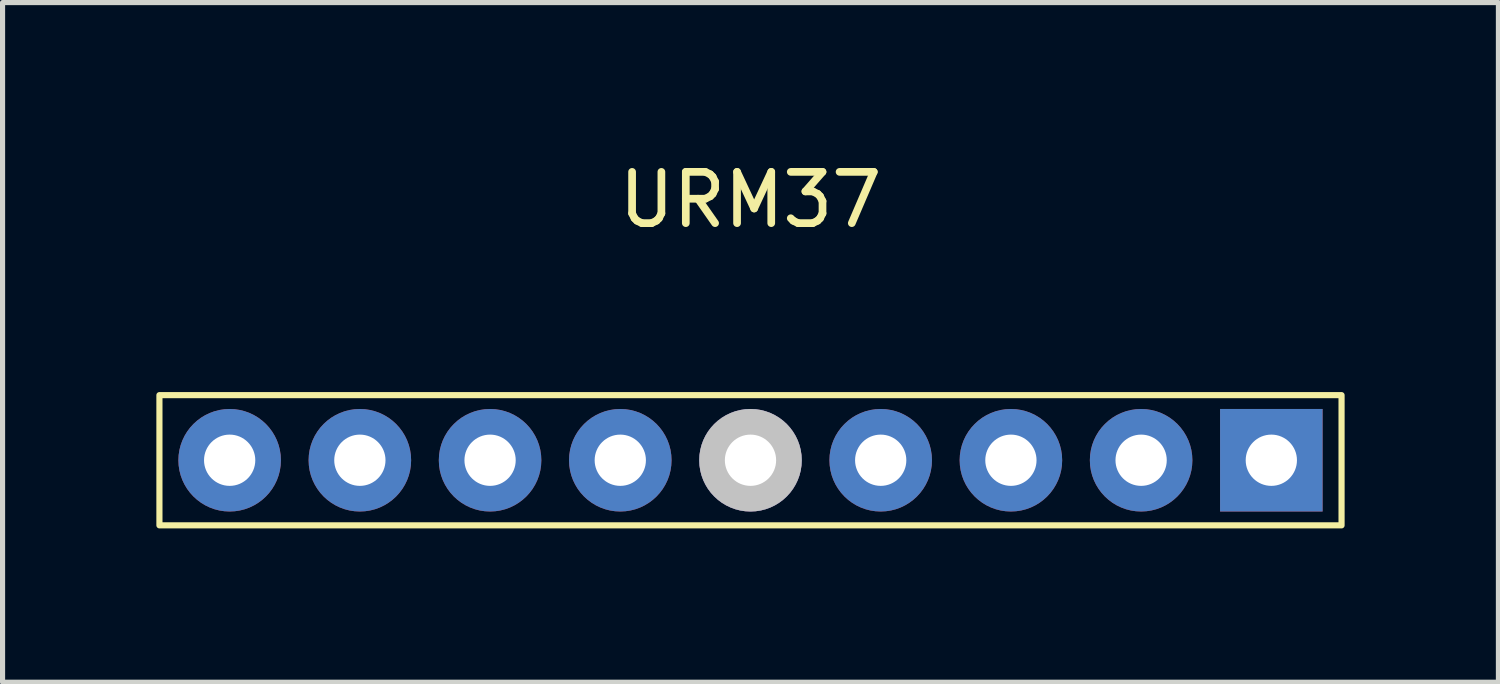
<source format=kicad_pcb>
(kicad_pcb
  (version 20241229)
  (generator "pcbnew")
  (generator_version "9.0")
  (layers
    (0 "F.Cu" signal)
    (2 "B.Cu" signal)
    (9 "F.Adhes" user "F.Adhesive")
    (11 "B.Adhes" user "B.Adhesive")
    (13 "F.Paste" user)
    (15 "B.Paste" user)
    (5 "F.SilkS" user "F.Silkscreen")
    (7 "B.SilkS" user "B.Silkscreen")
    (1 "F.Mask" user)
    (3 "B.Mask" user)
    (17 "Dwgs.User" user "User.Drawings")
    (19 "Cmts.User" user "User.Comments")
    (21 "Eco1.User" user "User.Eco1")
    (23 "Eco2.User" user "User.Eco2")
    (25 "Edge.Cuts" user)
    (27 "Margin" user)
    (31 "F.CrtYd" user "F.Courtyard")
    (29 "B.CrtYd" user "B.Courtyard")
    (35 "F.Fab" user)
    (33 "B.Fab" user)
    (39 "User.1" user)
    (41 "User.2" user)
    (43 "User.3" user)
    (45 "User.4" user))
  (footprint "URM37"
    (layer "F.Cu")
    (at 11.59 5.928)
    (property "Reference" "URM37" (at 0 -5.08 0) (unlocked yes) (layer "F.SilkS") (effects (font (size 1 1) (thickness 0.15))))
    (attr smd)
    (fp_rect (start 11.53 1.27) (end -11.53 -1.27) (stroke (width 0.12) (type solid)) (fill no) (layer "F.SilkS"))
    (pad "1" thru_hole rect (at 10.16 0) (size 2 2) (drill 1) (layers "*.Cu" "*.Mask"))
    (pad "2" thru_hole circle (at 7.62 0) (size 2 2) (drill 1) (layers "*.Cu" "*.Mask"))
    (pad "3" thru_hole circle (at 5.08 0) (size 2 2) (drill 1) (layers "*.Cu" "*.Mask"))
    (pad "4" thru_hole circle (at 2.54 0) (size 2 2) (drill 1) (layers "*.Cu" "*.Mask"))
    (pad "5" thru_hole circle (at 0 0) (size 2 2) (drill 1) (layers "*.Cu" "*.Mask" "Dwgs.User"))
    (pad "6" thru_hole circle (at -2.54 0) (size 2 2) (drill 1) (layers "*.Cu" "*.Mask"))
    (pad "7" thru_hole circle (at -5.08 0) (size 2 2) (drill 1) (layers "*.Cu" "*.Mask"))
    (pad "8" thru_hole circle (at -7.62 0) (size 2 2) (drill 1) (layers "*.Cu" "*.Mask"))
    (pad "9" thru_hole circle (at -10.16 0) (size 2 2) (drill 1) (layers "*.Cu" "*.Mask")))
  (gr_rect
    (start -3 -3)
    (end 26.18 10.258)
    (stroke (width 0.1) (type default))
    (fill no)
    (layer "Edge.Cuts")))
</source>
